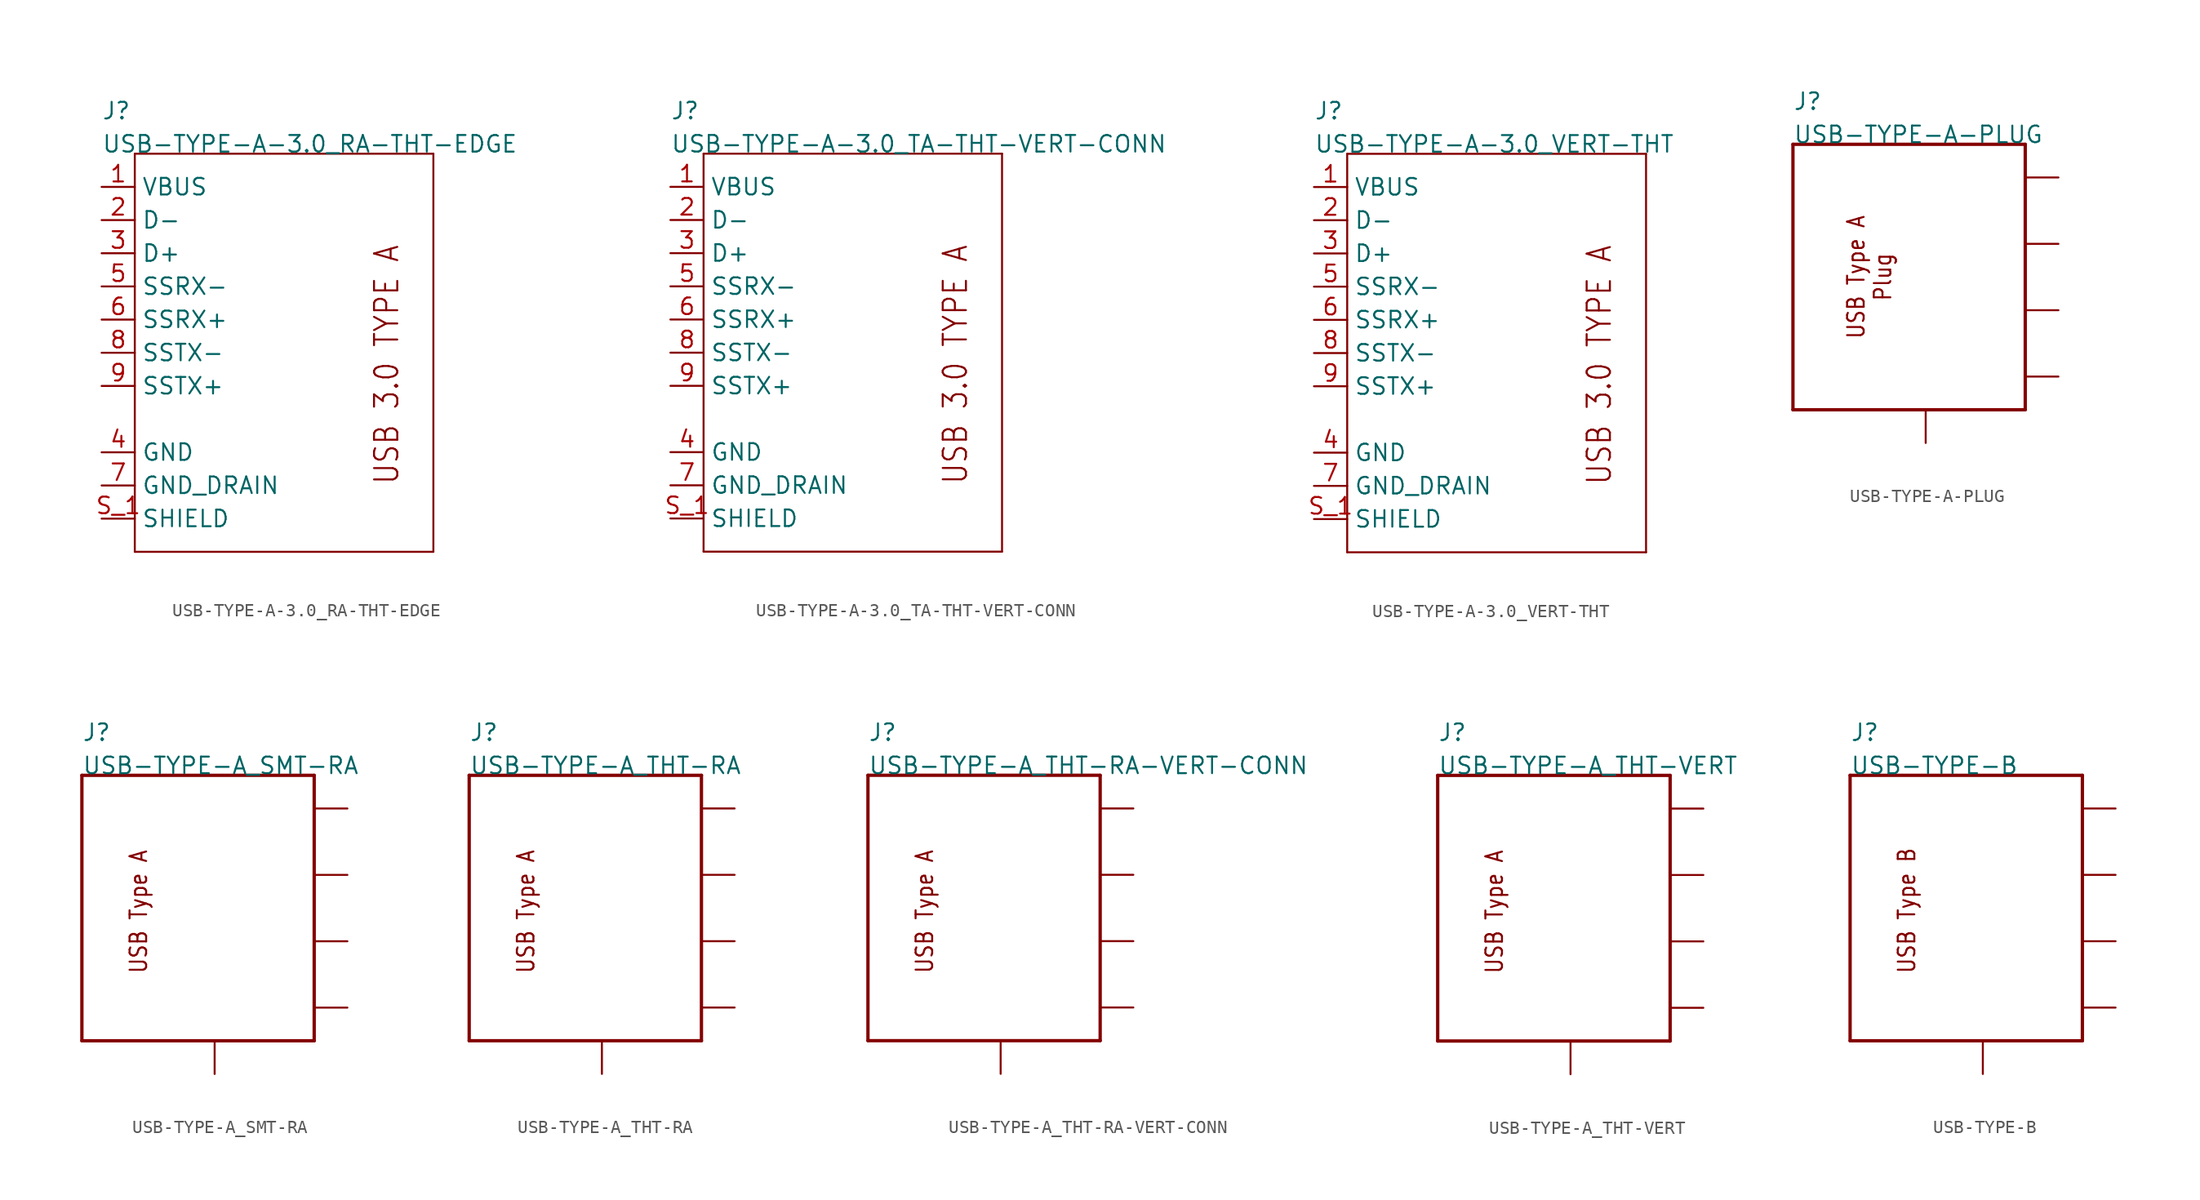
<source format=kicad_sym>
(kicad_symbol_lib
  (version 20211014)
  (generator kicad_symbol_editor)
  (symbol "USB-TYPE-A-3.0_RA-THT-EDGE"
    (pin_names)
    (property "Reference" "J"
      (at -15.24 17.78 0)
      (effects (font (size 1.27 1.27)) (justify left bottom)))
    (property "Value" "USB-TYPE-A-3.0_RA-THT-EDGE"
      (at -15.24 15.24 0)
      (effects (font (size 1.27 1.27)) (justify left bottom)))
    (property "Datasheet" ""
      (at 0 0 0))
    (property "ki_description" "USB 3.0 Type A    Technical Specifications:    USB: 3.0   Type: A     "
      (at 0 0 0))
    (property "ki_fp_filters" "FlashPCB_Connectors:USB-A-3.0-RA-THT-MOLEX-0483930003"
      (at 0 0 0))
    (symbol "USB-TYPE-A-3.0_RA-THT-EDGE_1_1"
      (text "USB 3.0 TYPE A" (at 7.62 -10.16 900) (effects (font (size 1.778 1.52)) (justify left bottom)))
      (polyline (pts (xy -12.7 15.24) (xy 10.16 15.24)) (stroke (width 0.152)) (fill (type none)))
      (polyline (pts (xy 10.16 15.24) (xy 10.16 -15.24)) (stroke (width 0.152)) (fill (type none)))
      (polyline (pts (xy 10.16 -15.24) (xy -12.7 -15.24)) (stroke (width 0.152)) (fill (type none)))
      (polyline (pts (xy -12.7 -15.24) (xy -12.7 15.24)) (stroke (width 0.152)) (fill (type none)))
      (pin bidirectional line (at -15.24 12.7 0) (length 2.54) (name "VBUS" (effects (font (size 1.27 1.27)))) (number "1" (effects (font (size 1.27 1.27)))))
      (pin bidirectional line (at -15.24 -2.54 0) (length 2.54) (name "SSTX+" (effects (font (size 1.27 1.27)))) (number "9" (effects (font (size 1.27 1.27)))))
      (pin bidirectional line (at -15.24 0 0) (length 2.54) (name "SSTX-" (effects (font (size 1.27 1.27)))) (number "8" (effects (font (size 1.27 1.27)))))
      (pin bidirectional line (at -15.24 -12.7 0) (length 2.54) (name "SHIELD" (effects (font (size 1.27 1.27)))) (number "S_1" (effects (font (size 1.27 1.27)))))
      (pin bidirectional line (at -15.24 -12.7 0) (length 2.54) hide (name "SHIELD" (effects (font (size 1.27 1.27)))) (number "S_2" (effects (font (size 1.27 1.27)))))
      (pin bidirectional line (at -15.24 -12.7 0) (length 2.54) hide (name "SHIELD" (effects (font (size 1.27 1.27)))) (number "S_3" (effects (font (size 1.27 1.27)))))
      (pin bidirectional line (at -15.24 -12.7 0) (length 2.54) hide (name "SHIELD" (effects (font (size 1.27 1.27)))) (number "S_4" (effects (font (size 1.27 1.27)))))
      (pin bidirectional line (at -15.24 -7.62 0) (length 2.54) (name "GND" (effects (font (size 1.27 1.27)))) (number "4" (effects (font (size 1.27 1.27)))))
      (pin bidirectional line (at -15.24 -10.16 0) (length 2.54) (name "GND_DRAIN" (effects (font (size 1.27 1.27)))) (number "7" (effects (font (size 1.27 1.27)))))
      (pin bidirectional line (at -15.24 2.54 0) (length 2.54) (name "SSRX+" (effects (font (size 1.27 1.27)))) (number "6" (effects (font (size 1.27 1.27)))))
      (pin bidirectional line (at -15.24 5.08 0) (length 2.54) (name "SSRX-" (effects (font (size 1.27 1.27)))) (number "5" (effects (font (size 1.27 1.27)))))
      (pin bidirectional line (at -15.24 10.16 0) (length 2.54) (name "D-" (effects (font (size 1.27 1.27)))) (number "2" (effects (font (size 1.27 1.27)))))
      (pin bidirectional line (at -15.24 7.62 0) (length 2.54) (name "D+" (effects (font (size 1.27 1.27)))) (number "3" (effects (font (size 1.27 1.27)))))))
  (symbol "USB-TYPE-A-3.0_TA-THT-VERT-CONN"
    (pin_names)
    (property "Reference" "J"
      (at -15.24 17.78 0)
      (effects (font (size 1.27 1.27)) (justify left bottom)))
    (property "Value" "USB-TYPE-A-3.0_TA-THT-VERT-CONN"
      (at -15.24 15.24 0)
      (effects (font (size 1.27 1.27)) (justify left bottom)))
    (property "Datasheet" ""
      (at 0 0 0))
    (property "ki_description" "USB 3.0 Type A    Technical Specifications:    USB: 3.0   Type: A     "
      (at 0 0 0))
    (property "ki_fp_filters" "FlashPCB_Connectors:USB-A-3.0-RA-THT-AMPH-GSB4116341HR"
      (at 0 0 0))
    (symbol "USB-TYPE-A-3.0_TA-THT-VERT-CONN_1_1"
      (text "USB 3.0 TYPE A" (at 7.62 -10.16 900) (effects (font (size 1.778 1.52)) (justify left bottom)))
      (polyline (pts (xy -12.7 15.24) (xy 10.16 15.24)) (stroke (width 0.152)) (fill (type none)))
      (polyline (pts (xy 10.16 15.24) (xy 10.16 -15.24)) (stroke (width 0.152)) (fill (type none)))
      (polyline (pts (xy 10.16 -15.24) (xy -12.7 -15.24)) (stroke (width 0.152)) (fill (type none)))
      (polyline (pts (xy -12.7 -15.24) (xy -12.7 15.24)) (stroke (width 0.152)) (fill (type none)))
      (pin bidirectional line (at -15.24 12.7 0) (length 2.54) (name "VBUS" (effects (font (size 1.27 1.27)))) (number "1" (effects (font (size 1.27 1.27)))))
      (pin bidirectional line (at -15.24 -2.54 0) (length 2.54) (name "SSTX+" (effects (font (size 1.27 1.27)))) (number "9" (effects (font (size 1.27 1.27)))))
      (pin bidirectional line (at -15.24 0 0) (length 2.54) (name "SSTX-" (effects (font (size 1.27 1.27)))) (number "8" (effects (font (size 1.27 1.27)))))
      (pin bidirectional line (at -15.24 -12.7 0) (length 2.54) (name "SHIELD" (effects (font (size 1.27 1.27)))) (number "S_1" (effects (font (size 1.27 1.27)))))
      (pin bidirectional line (at -15.24 -12.7 0) (length 2.54) hide (name "SHIELD" (effects (font (size 1.27 1.27)))) (number "S_2" (effects (font (size 1.27 1.27)))))
      (pin bidirectional line (at -15.24 -12.7 0) (length 2.54) hide (name "SHIELD" (effects (font (size 1.27 1.27)))) (number "S_3" (effects (font (size 1.27 1.27)))))
      (pin bidirectional line (at -15.24 -12.7 0) (length 2.54) hide (name "SHIELD" (effects (font (size 1.27 1.27)))) (number "S_4" (effects (font (size 1.27 1.27)))))
      (pin bidirectional line (at -15.24 -7.62 0) (length 2.54) (name "GND" (effects (font (size 1.27 1.27)))) (number "4" (effects (font (size 1.27 1.27)))))
      (pin bidirectional line (at -15.24 -10.16 0) (length 2.54) (name "GND_DRAIN" (effects (font (size 1.27 1.27)))) (number "7" (effects (font (size 1.27 1.27)))))
      (pin bidirectional line (at -15.24 2.54 0) (length 2.54) (name "SSRX+" (effects (font (size 1.27 1.27)))) (number "6" (effects (font (size 1.27 1.27)))))
      (pin bidirectional line (at -15.24 5.08 0) (length 2.54) (name "SSRX-" (effects (font (size 1.27 1.27)))) (number "5" (effects (font (size 1.27 1.27)))))
      (pin bidirectional line (at -15.24 10.16 0) (length 2.54) (name "D-" (effects (font (size 1.27 1.27)))) (number "2" (effects (font (size 1.27 1.27)))))
      (pin bidirectional line (at -15.24 7.62 0) (length 2.54) (name "D+" (effects (font (size 1.27 1.27)))) (number "3" (effects (font (size 1.27 1.27)))))))
  (symbol "USB-TYPE-A-3.0_VERT-THT"
    (pin_names)
    (property "Reference" "J"
      (at -15.24 17.78 0)
      (effects (font (size 1.27 1.27)) (justify left bottom)))
    (property "Value" "USB-TYPE-A-3.0_VERT-THT"
      (at -15.24 15.24 0)
      (effects (font (size 1.27 1.27)) (justify left bottom)))
    (property "Datasheet" ""
      (at 0 0 0))
    (property "ki_description" "USB 3.0 Type A    Technical Specifications:    USB: 3.0   Type: A     "
      (at 0 0 0))
    (property "ki_fp_filters" "FlashPCB_Connectors:USB-A-3.0-VERT-THT-MOLEX-0484080003"
      (at 0 0 0))
    (symbol "USB-TYPE-A-3.0_VERT-THT_1_1"
      (text "USB 3.0 TYPE A" (at 7.62 -10.16 900) (effects (font (size 1.778 1.52)) (justify left bottom)))
      (polyline (pts (xy -12.7 15.24) (xy 10.16 15.24)) (stroke (width 0.152)) (fill (type none)))
      (polyline (pts (xy 10.16 15.24) (xy 10.16 -15.24)) (stroke (width 0.152)) (fill (type none)))
      (polyline (pts (xy 10.16 -15.24) (xy -12.7 -15.24)) (stroke (width 0.152)) (fill (type none)))
      (polyline (pts (xy -12.7 -15.24) (xy -12.7 15.24)) (stroke (width 0.152)) (fill (type none)))
      (pin bidirectional line (at -15.24 12.7 0) (length 2.54) (name "VBUS" (effects (font (size 1.27 1.27)))) (number "1" (effects (font (size 1.27 1.27)))))
      (pin bidirectional line (at -15.24 -2.54 0) (length 2.54) (name "SSTX+" (effects (font (size 1.27 1.27)))) (number "9" (effects (font (size 1.27 1.27)))))
      (pin bidirectional line (at -15.24 0 0) (length 2.54) (name "SSTX-" (effects (font (size 1.27 1.27)))) (number "8" (effects (font (size 1.27 1.27)))))
      (pin bidirectional line (at -15.24 -12.7 0) (length 2.54) (name "SHIELD" (effects (font (size 1.27 1.27)))) (number "S_1" (effects (font (size 1.27 1.27)))))
      (pin bidirectional line (at -15.24 -12.7 0) (length 2.54) hide (name "SHIELD" (effects (font (size 1.27 1.27)))) (number "S_2" (effects (font (size 1.27 1.27)))))
      (pin bidirectional line (at -15.24 -7.62 0) (length 2.54) (name "GND" (effects (font (size 1.27 1.27)))) (number "4" (effects (font (size 1.27 1.27)))))
      (pin bidirectional line (at -15.24 -10.16 0) (length 2.54) (name "GND_DRAIN" (effects (font (size 1.27 1.27)))) (number "7" (effects (font (size 1.27 1.27)))))
      (pin bidirectional line (at -15.24 2.54 0) (length 2.54) (name "SSRX+" (effects (font (size 1.27 1.27)))) (number "6" (effects (font (size 1.27 1.27)))))
      (pin bidirectional line (at -15.24 5.08 0) (length 2.54) (name "SSRX-" (effects (font (size 1.27 1.27)))) (number "5" (effects (font (size 1.27 1.27)))))
      (pin bidirectional line (at -15.24 10.16 0) (length 2.54) (name "D-" (effects (font (size 1.27 1.27)))) (number "2" (effects (font (size 1.27 1.27)))))
      (pin bidirectional line (at -15.24 7.62 0) (length 2.54) (name "D+" (effects (font (size 1.27 1.27)))) (number "3" (effects (font (size 1.27 1.27)))))))
  (symbol "USB-TYPE-A-PLUG"
    (pin_names hide)
    (property "Reference" "J"
      (at -12.7 12.7 0)
      (effects (font (size 1.27 1.27)) (justify left bottom)))
    (property "Value" "USB-TYPE-A-PLUG"
      (at -12.7 10.16 0)
      (effects (font (size 1.27 1.27)) (justify left bottom)))
    (property "Datasheet" ""
      (at 0 0 0))
    (property "ki_fp_filters" "FlashPCB_Connectors:USB-2.0-A-PLUG-THT-RA-MOLEX-0480370001 FlashPCB_Connectors:USB-2.0-A-PLUG-SMT-RA-MOLEX-0480372200"
      (at 0 0 0))
    (symbol "USB-TYPE-A-PLUG_1_1"
      (text "USB Type A\nPlug" (at -5.08 0 900) (effects (font (size 1.27 1.086)) (justify bottom)))
      (polyline (pts (xy 5.08 10.16) (xy -12.7 10.16)) (stroke (width 0.254)) (fill (type none)))
      (polyline (pts (xy -12.7 10.16) (xy -12.7 -10.16)) (stroke (width 0.254)) (fill (type none)))
      (polyline (pts (xy -12.7 -10.16) (xy 5.08 -10.16)) (stroke (width 0.254)) (fill (type none)))
      (polyline (pts (xy 5.08 -10.16) (xy 5.08 10.16)) (stroke (width 0.254)) (fill (type none)))
      (pin power_in line (at 7.62 7.62 180) (length 2.54) (name "VCC" (effects (font (size 1.27 1.27)))) (number "1" (effects (font (size 0 0)))))
      (pin bidirectional line (at 7.62 2.54 180) (length 2.54) (name "D-" (effects (font (size 1.27 1.27)))) (number "2" (effects (font (size 0 0)))))
      (pin bidirectional line (at 7.62 -2.54 180) (length 2.54) (name "D+" (effects (font (size 1.27 1.27)))) (number "3" (effects (font (size 0 0)))))
      (pin power_in line (at 7.62 -7.62 180) (length 2.54) (name "GND" (effects (font (size 1.27 1.27)))) (number "4" (effects (font (size 0 0)))))
      (pin bidirectional line (at -2.54 -12.7 90) (length 2.54) (name "SHELL" (effects (font (size 1.27 1.27)))) (number "S_1" (effects (font (size 0 0)))))
      (pin bidirectional line (at -2.54 -12.7 90) (length 2.54) hide (name "SHELL" (effects (font (size 1.27 1.27)))) (number "S_2" (effects (font (size 0 0)))))))
  (symbol "USB-TYPE-A_SMT-RA"
    (pin_names hide)
    (property "Reference" "J"
      (at -12.7 12.7 0)
      (effects (font (size 1.27 1.27)) (justify left bottom)))
    (property "Value" "USB-TYPE-A_SMT-RA"
      (at -12.7 10.16 0)
      (effects (font (size 1.27 1.27)) (justify left bottom)))
    (property "Datasheet" ""
      (at 0 0 0))
    (property "ki_fp_filters" "FlashPCB_Connectors:USB-2.0-A-SMT-RA-AMPH-87583-3010RPALF"
      (at 0 0 0))
    (symbol "USB-TYPE-A_SMT-RA_1_1"
      (text "USB Type A" (at -7.62 -5.08 900) (effects (font (size 1.27 1.086)) (justify left bottom)))
      (polyline (pts (xy 5.08 10.16) (xy -12.7 10.16)) (stroke (width 0.254)) (fill (type none)))
      (polyline (pts (xy -12.7 10.16) (xy -12.7 -10.16)) (stroke (width 0.254)) (fill (type none)))
      (polyline (pts (xy -12.7 -10.16) (xy 5.08 -10.16)) (stroke (width 0.254)) (fill (type none)))
      (polyline (pts (xy 5.08 -10.16) (xy 5.08 10.16)) (stroke (width 0.254)) (fill (type none)))
      (pin power_in line (at 7.62 7.62 180) (length 2.54) (name "VCC" (effects (font (size 1.27 1.27)))) (number "1" (effects (font (size 0 0)))))
      (pin bidirectional line (at 7.62 2.54 180) (length 2.54) (name "D-" (effects (font (size 1.27 1.27)))) (number "2" (effects (font (size 0 0)))))
      (pin bidirectional line (at 7.62 -2.54 180) (length 2.54) (name "D+" (effects (font (size 1.27 1.27)))) (number "3" (effects (font (size 0 0)))))
      (pin power_in line (at 7.62 -7.62 180) (length 2.54) (name "GND" (effects (font (size 1.27 1.27)))) (number "4" (effects (font (size 0 0)))))
      (pin bidirectional line (at -2.54 -12.7 90) (length 2.54) (name "SHELL" (effects (font (size 1.27 1.27)))) (number "S_1" (effects (font (size 0 0)))))
      (pin bidirectional line (at -2.54 -12.7 90) (length 2.54) hide (name "SHELL" (effects (font (size 1.27 1.27)))) (number "S_2" (effects (font (size 0 0)))))))
  (symbol "USB-TYPE-A_THT-RA"
    (pin_names hide)
    (property "Reference" "J"
      (at -12.7 12.7 0)
      (effects (font (size 1.27 1.27)) (justify left bottom)))
    (property "Value" "USB-TYPE-A_THT-RA"
      (at -12.7 10.16 0)
      (effects (font (size 1.27 1.27)) (justify left bottom)))
    (property "Datasheet" ""
      (at 0 0 0))
    (property "ki_fp_filters" "FlashPCB_Connectors:USB-2.0-A-THT-RA-TE_AMP-292303-1"
      (at 0 0 0))
    (symbol "USB-TYPE-A_THT-RA_1_1"
      (text "USB Type A" (at -7.62 -5.08 900) (effects (font (size 1.27 1.086)) (justify left bottom)))
      (polyline (pts (xy 5.08 10.16) (xy -12.7 10.16)) (stroke (width 0.254)) (fill (type none)))
      (polyline (pts (xy -12.7 10.16) (xy -12.7 -10.16)) (stroke (width 0.254)) (fill (type none)))
      (polyline (pts (xy -12.7 -10.16) (xy 5.08 -10.16)) (stroke (width 0.254)) (fill (type none)))
      (polyline (pts (xy 5.08 -10.16) (xy 5.08 10.16)) (stroke (width 0.254)) (fill (type none)))
      (pin power_in line (at 7.62 7.62 180) (length 2.54) (name "VCC" (effects (font (size 1.27 1.27)))) (number "1" (effects (font (size 0 0)))))
      (pin bidirectional line (at 7.62 2.54 180) (length 2.54) (name "D-" (effects (font (size 1.27 1.27)))) (number "2" (effects (font (size 0 0)))))
      (pin bidirectional line (at 7.62 -2.54 180) (length 2.54) (name "D+" (effects (font (size 1.27 1.27)))) (number "3" (effects (font (size 0 0)))))
      (pin power_in line (at 7.62 -7.62 180) (length 2.54) (name "GND" (effects (font (size 1.27 1.27)))) (number "4" (effects (font (size 0 0)))))
      (pin bidirectional line (at -2.54 -12.7 90) (length 2.54) (name "SHELL" (effects (font (size 1.27 1.27)))) (number "S_1" (effects (font (size 0 0)))))
      (pin bidirectional line (at -2.54 -12.7 90) (length 2.54) hide (name "SHELL" (effects (font (size 1.27 1.27)))) (number "S_2" (effects (font (size 0 0)))))))
  (symbol "USB-TYPE-A_THT-RA-VERT-CONN"
    (pin_names hide)
    (property "Reference" "J"
      (at -12.7 12.7 0)
      (effects (font (size 1.27 1.27)) (justify left bottom)))
    (property "Value" "USB-TYPE-A_THT-RA-VERT-CONN"
      (at -12.7 10.16 0)
      (effects (font (size 1.27 1.27)) (justify left bottom)))
    (property "Datasheet" ""
      (at 0 0 0))
    (property "ki_fp_filters" "FlashPCB_Connectors:USB-2.0-A-THT-VERT-ON_SHORE-USB-A1SSW6"
      (at 0 0 0))
    (symbol "USB-TYPE-A_THT-RA-VERT-CONN_1_1"
      (text "USB Type A" (at -7.62 -5.08 900) (effects (font (size 1.27 1.086)) (justify left bottom)))
      (polyline (pts (xy 5.08 10.16) (xy -12.7 10.16)) (stroke (width 0.254)) (fill (type none)))
      (polyline (pts (xy -12.7 10.16) (xy -12.7 -10.16)) (stroke (width 0.254)) (fill (type none)))
      (polyline (pts (xy -12.7 -10.16) (xy 5.08 -10.16)) (stroke (width 0.254)) (fill (type none)))
      (polyline (pts (xy 5.08 -10.16) (xy 5.08 10.16)) (stroke (width 0.254)) (fill (type none)))
      (pin power_in line (at 7.62 7.62 180) (length 2.54) (name "VCC" (effects (font (size 1.27 1.27)))) (number "1" (effects (font (size 0 0)))))
      (pin bidirectional line (at 7.62 2.54 180) (length 2.54) (name "D-" (effects (font (size 1.27 1.27)))) (number "2" (effects (font (size 0 0)))))
      (pin bidirectional line (at 7.62 -2.54 180) (length 2.54) (name "D+" (effects (font (size 1.27 1.27)))) (number "3" (effects (font (size 0 0)))))
      (pin power_in line (at 7.62 -7.62 180) (length 2.54) (name "GND" (effects (font (size 1.27 1.27)))) (number "4" (effects (font (size 0 0)))))
      (pin bidirectional line (at -2.54 -12.7 90) (length 2.54) (name "SHELL" (effects (font (size 1.27 1.27)))) (number "S_1" (effects (font (size 0 0)))))
      (pin bidirectional line (at -2.54 -12.7 90) (length 2.54) hide (name "SHELL" (effects (font (size 1.27 1.27)))) (number "S_2" (effects (font (size 0 0)))))
      (pin bidirectional line (at -2.54 -12.7 90) (length 2.54) hide (name "SHELL" (effects (font (size 1.27 1.27)))) (number "S_3" (effects (font (size 0 0)))))
      (pin bidirectional line (at -2.54 -12.7 90) (length 2.54) hide (name "SHELL" (effects (font (size 1.27 1.27)))) (number "S_4" (effects (font (size 0 0)))))))
  (symbol "USB-TYPE-A_THT-VERT"
    (pin_names hide)
    (property "Reference" "J"
      (at -12.7 12.7 0)
      (effects (font (size 1.27 1.27)) (justify left bottom)))
    (property "Value" "USB-TYPE-A_THT-VERT"
      (at -12.7 10.16 0)
      (effects (font (size 1.27 1.27)) (justify left bottom)))
    (property "Datasheet" ""
      (at 0 0 0))
    (property "ki_fp_filters" "FlashPCB_Connectors:USB-2.0-A-THT-VERT-TE_AMP-1734366-1"
      (at 0 0 0))
    (symbol "USB-TYPE-A_THT-VERT_1_1"
      (text "USB Type A" (at -7.62 -5.08 900) (effects (font (size 1.27 1.086)) (justify left bottom)))
      (polyline (pts (xy 5.08 10.16) (xy -12.7 10.16)) (stroke (width 0.254)) (fill (type none)))
      (polyline (pts (xy -12.7 10.16) (xy -12.7 -10.16)) (stroke (width 0.254)) (fill (type none)))
      (polyline (pts (xy -12.7 -10.16) (xy 5.08 -10.16)) (stroke (width 0.254)) (fill (type none)))
      (polyline (pts (xy 5.08 -10.16) (xy 5.08 10.16)) (stroke (width 0.254)) (fill (type none)))
      (pin power_in line (at 7.62 7.62 180) (length 2.54) (name "VCC" (effects (font (size 1.27 1.27)))) (number "1" (effects (font (size 0 0)))))
      (pin bidirectional line (at 7.62 2.54 180) (length 2.54) (name "D-" (effects (font (size 1.27 1.27)))) (number "2" (effects (font (size 0 0)))))
      (pin bidirectional line (at 7.62 -2.54 180) (length 2.54) (name "D+" (effects (font (size 1.27 1.27)))) (number "3" (effects (font (size 0 0)))))
      (pin power_in line (at 7.62 -7.62 180) (length 2.54) (name "GND" (effects (font (size 1.27 1.27)))) (number "4" (effects (font (size 0 0)))))
      (pin bidirectional line (at -2.54 -12.7 90) (length 2.54) (name "SHELL" (effects (font (size 1.27 1.27)))) (number "S_1" (effects (font (size 0 0)))))
      (pin bidirectional line (at -2.54 -12.7 90) (length 2.54) hide (name "SHELL" (effects (font (size 1.27 1.27)))) (number "S_2" (effects (font (size 0 0)))))))
  (symbol "USB-TYPE-B"
    (pin_names hide)
    (property "Reference" "J"
      (at -12.7 12.7 0)
      (effects (font (size 1.27 1.27)) (justify left bottom)))
    (property "Value" "USB-TYPE-B"
      (at -12.7 10.16 0)
      (effects (font (size 1.27 1.27)) (justify left bottom)))
    (property "Datasheet" ""
      (at 0 0 0))
    (property "ki_fp_filters" "FlashPCB_Connectors:USB-B-SMT-RA-TE_AMP-1-1734346-1 FlashPCB_Connectors:USB-B-SMT-VERT-TE_AMP-1734517-1 FlashPCB_Connectors:USB-B-THT-RA-AMPH-61729-1011BLF FlashPCB_Connectors:USB-B-THT-VERT-TE_AMP-5787834-1"
      (at 0 0 0))
    (symbol "USB-TYPE-B_1_1"
      (text "USB Type B" (at -7.62 -5.08 900) (effects (font (size 1.27 1.086)) (justify left bottom)))
      (polyline (pts (xy 5.08 10.16) (xy -12.7 10.16)) (stroke (width 0.254)) (fill (type none)))
      (polyline (pts (xy -12.7 10.16) (xy -12.7 -10.16)) (stroke (width 0.254)) (fill (type none)))
      (polyline (pts (xy -12.7 -10.16) (xy 5.08 -10.16)) (stroke (width 0.254)) (fill (type none)))
      (polyline (pts (xy 5.08 -10.16) (xy 5.08 10.16)) (stroke (width 0.254)) (fill (type none)))
      (pin power_in line (at 7.62 7.62 180) (length 2.54) (name "VCC" (effects (font (size 1.27 1.27)))) (number "1" (effects (font (size 0 0)))))
      (pin bidirectional line (at 7.62 2.54 180) (length 2.54) (name "D-" (effects (font (size 1.27 1.27)))) (number "2" (effects (font (size 0 0)))))
      (pin bidirectional line (at 7.62 -2.54 180) (length 2.54) (name "D+" (effects (font (size 1.27 1.27)))) (number "3" (effects (font (size 0 0)))))
      (pin power_in line (at 7.62 -7.62 180) (length 2.54) (name "GND" (effects (font (size 1.27 1.27)))) (number "4" (effects (font (size 0 0)))))
      (pin bidirectional line (at -2.54 -12.7 90) (length 2.54) (name "SHELL" (effects (font (size 1.27 1.27)))) (number "SHELL1" (effects (font (size 0 0)))))
      (pin bidirectional line (at -2.54 -12.7 90) (length 2.54) hide (name "SHELL" (effects (font (size 1.27 1.27)))) (number "SHELL2" (effects (font (size 0 0))))))))
</source>
